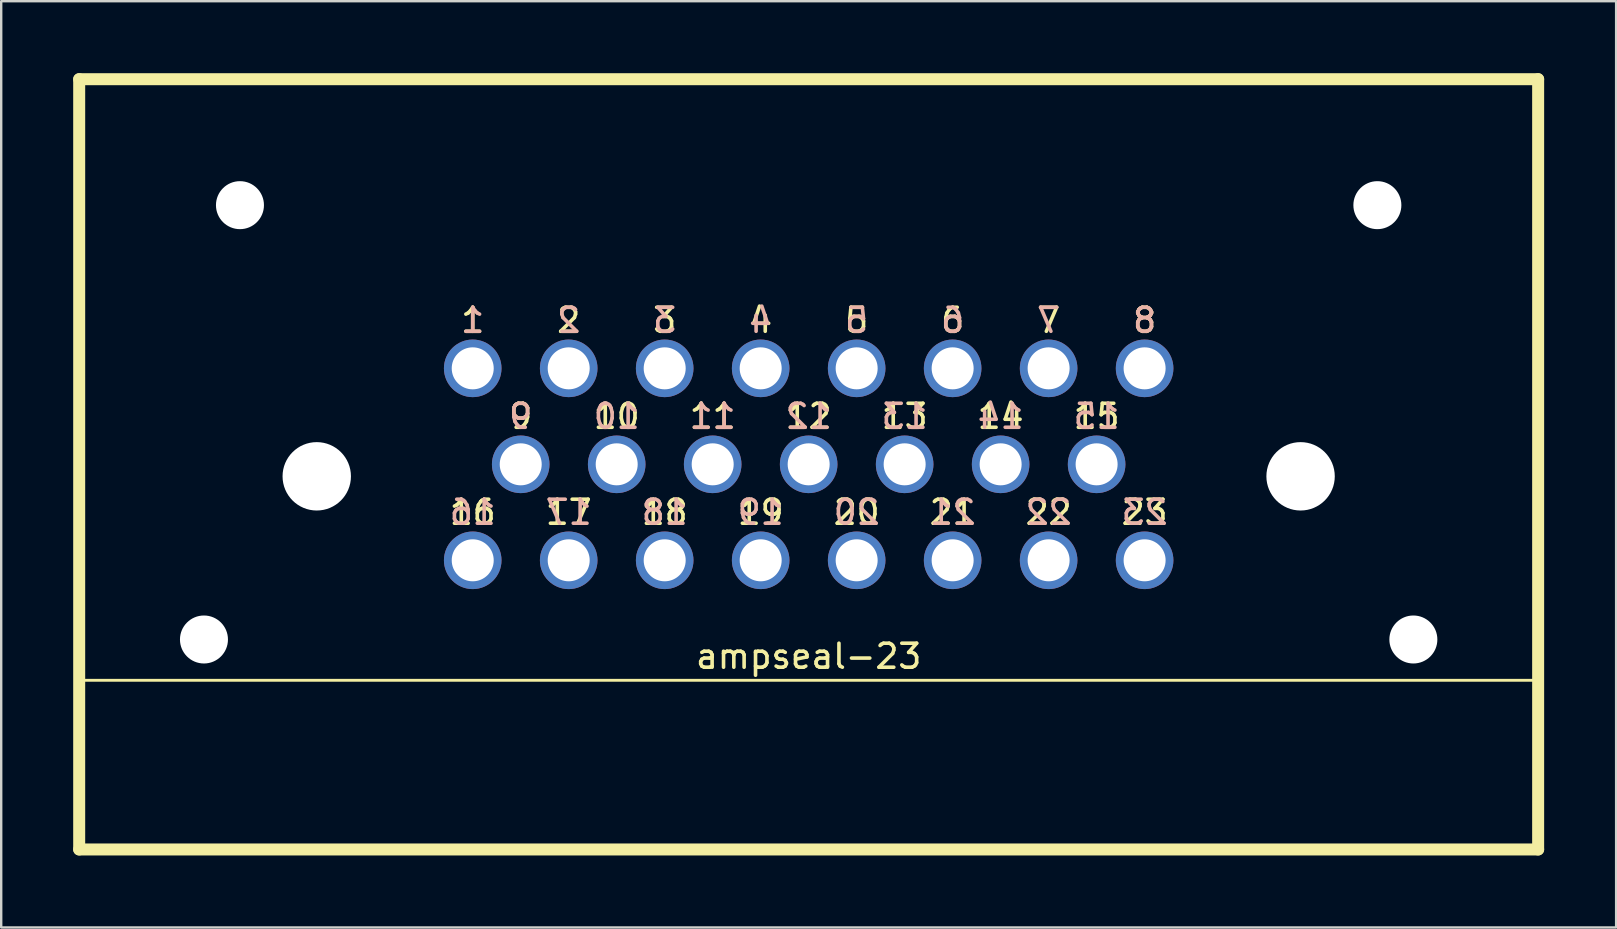
<source format=kicad_pcb>
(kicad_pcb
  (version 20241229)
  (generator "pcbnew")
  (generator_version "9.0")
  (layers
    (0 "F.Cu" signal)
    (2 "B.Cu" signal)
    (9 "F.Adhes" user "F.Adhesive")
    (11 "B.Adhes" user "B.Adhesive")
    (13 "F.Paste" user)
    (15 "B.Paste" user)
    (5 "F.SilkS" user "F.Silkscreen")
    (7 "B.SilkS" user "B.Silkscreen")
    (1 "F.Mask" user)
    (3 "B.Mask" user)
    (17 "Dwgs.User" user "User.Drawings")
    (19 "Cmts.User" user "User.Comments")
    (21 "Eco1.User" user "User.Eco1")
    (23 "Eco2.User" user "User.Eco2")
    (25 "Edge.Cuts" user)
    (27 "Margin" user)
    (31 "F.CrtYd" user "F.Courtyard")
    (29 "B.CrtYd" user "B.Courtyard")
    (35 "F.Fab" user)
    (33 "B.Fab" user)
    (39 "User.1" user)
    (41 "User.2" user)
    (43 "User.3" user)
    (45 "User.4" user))
  (footprint "ampseal-23"
    (layer "F.Cu")
    (at 30.65 16.3)
    (property "Reference" "ampseal-23" (at 0 8 0) (layer "F.SilkS") (effects (font (size 1 1) (thickness 0.15))))
    (attr through_hole)
    (fp_line (start -30.5 9) (end 30.5 9) (stroke (width 0.12) (type solid)) (layer "F.SilkS"))
    (fp_line (start -30.4 -16.05) (end 30.4 -16.05) (stroke (width 0.5) (type solid)) (layer "F.SilkS"))
    (fp_line (start -30.4 16.05) (end -30.4 -16.05) (stroke (width 0.5) (type solid)) (layer "F.SilkS"))
    (fp_line (start 30.4 -16.05) (end 30.4 16.05) (stroke (width 0.5) (type solid)) (layer "F.SilkS"))
    (fp_line (start 30.4 16.05) (end -30.4 16.05) (stroke (width 0.5) (type solid)) (layer "F.SilkS"))
    (fp_text user "23" (at 14 2 0) (unlocked yes) (layer "F.SilkS") (effects (font (size 1 1) (thickness 0.15))))
    (fp_text user "18" (at -6 2 0) (unlocked yes) (layer "F.SilkS") (effects (font (size 1 1) (thickness 0.15))))
    (fp_text user "5" (at 2 -6 0) (unlocked yes) (layer "F.SilkS") (effects (font (size 1 1) (thickness 0.15))))
    (fp_text user "11" (at -4 -2 0) (unlocked yes) (layer "F.SilkS") (effects (font (size 1 1) (thickness 0.15))))
    (fp_text user "13" (at 4 -2 0) (unlocked yes) (layer "F.SilkS") (effects (font (size 1 1) (thickness 0.15))))
    (fp_text user "17" (at -10 2 0) (unlocked yes) (layer "F.SilkS") (effects (font (size 1 1) (thickness 0.15))))
    (fp_text user "15" (at 12 -2 0) (unlocked yes) (layer "F.SilkS") (effects (font (size 1 1) (thickness 0.15))))
    (fp_text user "8" (at 14 -6 0) (unlocked yes) (layer "F.SilkS") (effects (font (size 1 1) (thickness 0.15))))
    (fp_text user "1" (at -14 -6 0) (unlocked yes) (layer "F.SilkS") (effects (font (size 1 1) (thickness 0.15))))
    (fp_text user "2" (at -10 -6 0) (unlocked yes) (layer "F.SilkS") (effects (font (size 1 1) (thickness 0.15))))
    (fp_text user "7" (at 10 -6 0) (unlocked yes) (layer "F.SilkS") (effects (font (size 1 1) (thickness 0.15))))
    (fp_text user "12" (at 0 -2 0) (unlocked yes) (layer "F.SilkS") (effects (font (size 1 1) (thickness 0.15))))
    (fp_text user "3" (at -6 -6 0) (unlocked yes) (layer "F.SilkS") (effects (font (size 1 1) (thickness 0.15))))
    (fp_text user "10" (at -8 -2 0) (unlocked yes) (layer "F.SilkS") (effects (font (size 1 1) (thickness 0.15))))
    (fp_text user "22" (at 10 2 0) (unlocked yes) (layer "F.SilkS") (effects (font (size 1 1) (thickness 0.15))))
    (fp_text user "9" (at -12 -2 0) (unlocked yes) (layer "F.SilkS") (effects (font (size 1 1) (thickness 0.15))))
    (fp_text user "16" (at -14 2 0) (unlocked yes) (layer "F.SilkS") (effects (font (size 1 1) (thickness 0.15))))
    (fp_text user "6" (at 6 -6 0) (unlocked yes) (layer "F.SilkS") (effects (font (size 1 1) (thickness 0.15))))
    (fp_text user "19" (at -2 2 0) (unlocked yes) (layer "F.SilkS") (effects (font (size 1 1) (thickness 0.15))))
    (fp_text user "21" (at 6 2 0) (unlocked yes) (layer "F.SilkS") (effects (font (size 1 1) (thickness 0.15))))
    (fp_text user "20" (at 2 2 0) (unlocked yes) (layer "F.SilkS") (effects (font (size 1 1) (thickness 0.15))))
    (fp_text user "4" (at -2 -6 0) (unlocked yes) (layer "F.SilkS") (effects (font (size 1 1) (thickness 0.15))))
    (fp_text user "14" (at 8 -2 0) (unlocked yes) (layer "F.SilkS") (effects (font (size 1 1) (thickness 0.15))))
    (fp_text user "12" (at 0 -2 0) (unlocked yes) (layer "B.SilkS") (effects (font (size 1 1) (thickness 0.15)) (justify mirror)))
    (fp_text user "6" (at 6 -6 0) (unlocked yes) (layer "B.SilkS") (effects (font (size 1 1) (thickness 0.15)) (justify mirror)))
    (fp_text user "8" (at 14 -6 0) (unlocked yes) (layer "B.SilkS") (effects (font (size 1 1) (thickness 0.15)) (justify mirror)))
    (fp_text user "19" (at -2 2 0) (unlocked yes) (layer "B.SilkS") (effects (font (size 1 1) (thickness 0.15)) (justify mirror)))
    (fp_text user "18" (at -6 2 0) (unlocked yes) (layer "B.SilkS") (effects (font (size 1 1) (thickness 0.15)) (justify mirror)))
    (fp_text user "21" (at 6 2 0) (unlocked yes) (layer "B.SilkS") (effects (font (size 1 1) (thickness 0.15)) (justify mirror)))
    (fp_text user "1" (at -14 -6 0) (unlocked yes) (layer "B.SilkS") (effects (font (size 1 1) (thickness 0.15)) (justify mirror)))
    (fp_text user "2" (at -10 -6 0) (unlocked yes) (layer "B.SilkS") (effects (font (size 1 1) (thickness 0.15)) (justify mirror)))
    (fp_text user "15" (at 12 -2 0) (unlocked yes) (layer "B.SilkS") (effects (font (size 1 1) (thickness 0.15)) (justify mirror)))
    (fp_text user "17" (at -10 2 0) (unlocked yes) (layer "B.SilkS") (effects (font (size 1 1) (thickness 0.15)) (justify mirror)))
    (fp_text user "5" (at 2 -6 0) (unlocked yes) (layer "B.SilkS") (effects (font (size 1 1) (thickness 0.15)) (justify mirror)))
    (fp_text user "11" (at -4 -2 0) (unlocked yes) (layer "B.SilkS") (effects (font (size 1 1) (thickness 0.15)) (justify mirror)))
    (fp_text user "10" (at -8 -2 0) (unlocked yes) (layer "B.SilkS") (effects (font (size 1 1) (thickness 0.15)) (justify mirror)))
    (fp_text user "20" (at 2 2 0) (unlocked yes) (layer "B.SilkS") (effects (font (size 1 1) (thickness 0.15)) (justify mirror)))
    (fp_text user "16" (at -14 2 0) (unlocked yes) (layer "B.SilkS") (effects (font (size 1 1) (thickness 0.15)) (justify mirror)))
    (fp_text user "7" (at 10 -6 0) (unlocked yes) (layer "B.SilkS") (effects (font (size 1 1) (thickness 0.15)) (justify mirror)))
    (fp_text user "13" (at 4 -2 0) (unlocked yes) (layer "B.SilkS") (effects (font (size 1 1) (thickness 0.15)) (justify mirror)))
    (fp_text user "23" (at 14 2 0) (unlocked yes) (layer "B.SilkS") (effects (font (size 1 1) (thickness 0.15)) (justify mirror)))
    (fp_text user "22" (at 10 2 0) (unlocked yes) (layer "B.SilkS") (effects (font (size 1 1) (thickness 0.15)) (justify mirror)))
    (fp_text user "14" (at 8 -2 0) (unlocked yes) (layer "B.SilkS") (effects (font (size 1 1) (thickness 0.15)) (justify mirror)))
    (fp_text user "4" (at -2 -6 0) (unlocked yes) (layer "B.SilkS") (effects (font (size 1 1) (thickness 0.15)) (justify mirror)))
    (fp_text user "3" (at -6 -6 0) (unlocked yes) (layer "B.SilkS") (effects (font (size 1 1) (thickness 0.15)) (justify mirror)))
    (fp_text user "9" (at -12 -2 0) (unlocked yes) (layer "B.SilkS") (effects (font (size 1 1) (thickness 0.15)) (justify mirror)))
    (pad "" np_thru_hole circle (at -25.2 7.3) (size 2 2) (drill 2) (layers "*.Cu" "*.Mask"))
    (pad "" np_thru_hole circle (at -23.7 -10.8) (size 2 2) (drill 2) (layers "*.Cu" "*.Mask"))
    (pad "" np_thru_hole circle (at -20.5 0.5) (size 2.85 2.85) (drill 2.85) (layers "*.Cu" "*.Mask"))
    (pad "" np_thru_hole circle (at 20.5 0.5) (size 2.85 2.85) (drill 2.85) (layers "*.Cu" "*.Mask"))
    (pad "" np_thru_hole circle (at 23.7 -10.8) (size 2 2) (drill 2) (layers "*.Cu" "*.Mask"))
    (pad "" np_thru_hole circle (at 25.2 7.3) (size 2 2) (drill 2) (layers "*.Cu" "*.Mask"))
    (pad "1" thru_hole circle (at -14 -4) (size 2.4 2.4) (drill 1.75) (layers "*.Cu" "*.Mask"))
    (pad "2" thru_hole circle (at -10 -4) (size 2.4 2.4) (drill 1.75) (layers "*.Cu" "*.Mask"))
    (pad "3" thru_hole circle (at -6 -4) (size 2.4 2.4) (drill 1.75) (layers "*.Cu" "*.Mask"))
    (pad "4" thru_hole circle (at -2 -4) (size 2.4 2.4) (drill 1.75) (layers "*.Cu" "*.Mask"))
    (pad "5" thru_hole circle (at 2 -4) (size 2.4 2.4) (drill 1.75) (layers "*.Cu" "*.Mask"))
    (pad "6" thru_hole circle (at 6 -4) (size 2.4 2.4) (drill 1.75) (layers "*.Cu" "*.Mask"))
    (pad "7" thru_hole circle (at 10 -4) (size 2.4 2.4) (drill 1.75) (layers "*.Cu" "*.Mask"))
    (pad "8" thru_hole circle (at 14 -4) (size 2.4 2.4) (drill 1.75) (layers "*.Cu" "*.Mask"))
    (pad "9" thru_hole circle (at -12 0) (size 2.4 2.4) (drill 1.75) (layers "*.Cu" "*.Mask"))
    (pad "10" thru_hole circle (at -8 0) (size 2.4 2.4) (drill 1.75) (layers "*.Cu" "*.Mask"))
    (pad "11" thru_hole circle (at -4 0) (size 2.4 2.4) (drill 1.75) (layers "*.Cu" "*.Mask"))
    (pad "12" thru_hole circle (at 0 0) (size 2.4 2.4) (drill 1.75) (layers "*.Cu" "*.Mask"))
    (pad "13" thru_hole circle (at 4 0) (size 2.4 2.4) (drill 1.75) (layers "*.Cu" "*.Mask"))
    (pad "14" thru_hole circle (at 8 0) (size 2.4 2.4) (drill 1.75) (layers "*.Cu" "*.Mask"))
    (pad "15" thru_hole circle (at 12 0) (size 2.4 2.4) (drill 1.75) (layers "*.Cu" "*.Mask"))
    (pad "16" thru_hole circle (at -14 4) (size 2.4 2.4) (drill 1.75) (layers "*.Cu" "*.Mask"))
    (pad "17" thru_hole circle (at -10 4) (size 2.4 2.4) (drill 1.75) (layers "*.Cu" "*.Mask"))
    (pad "18" thru_hole circle (at -6 4) (size 2.4 2.4) (drill 1.75) (layers "*.Cu" "*.Mask"))
    (pad "19" thru_hole circle (at -2 4) (size 2.4 2.4) (drill 1.75) (layers "*.Cu" "*.Mask"))
    (pad "20" thru_hole circle (at 2 4) (size 2.4 2.4) (drill 1.75) (layers "*.Cu" "*.Mask"))
    (pad "21" thru_hole circle (at 6 4) (size 2.4 2.4) (drill 1.75) (layers "*.Cu" "*.Mask"))
    (pad "22" thru_hole circle (at 10 4) (size 2.4 2.4) (drill 1.75) (layers "*.Cu" "*.Mask"))
    (pad "23" thru_hole circle (at 14 4) (size 2.4 2.4) (drill 1.75) (layers "*.Cu" "*.Mask")))
  (gr_rect
    (start -3 -3)
    (end 64.3 35.6)
    (stroke (width 0.1) (type default))
    (fill no)
    (layer "Edge.Cuts")))
</source>
